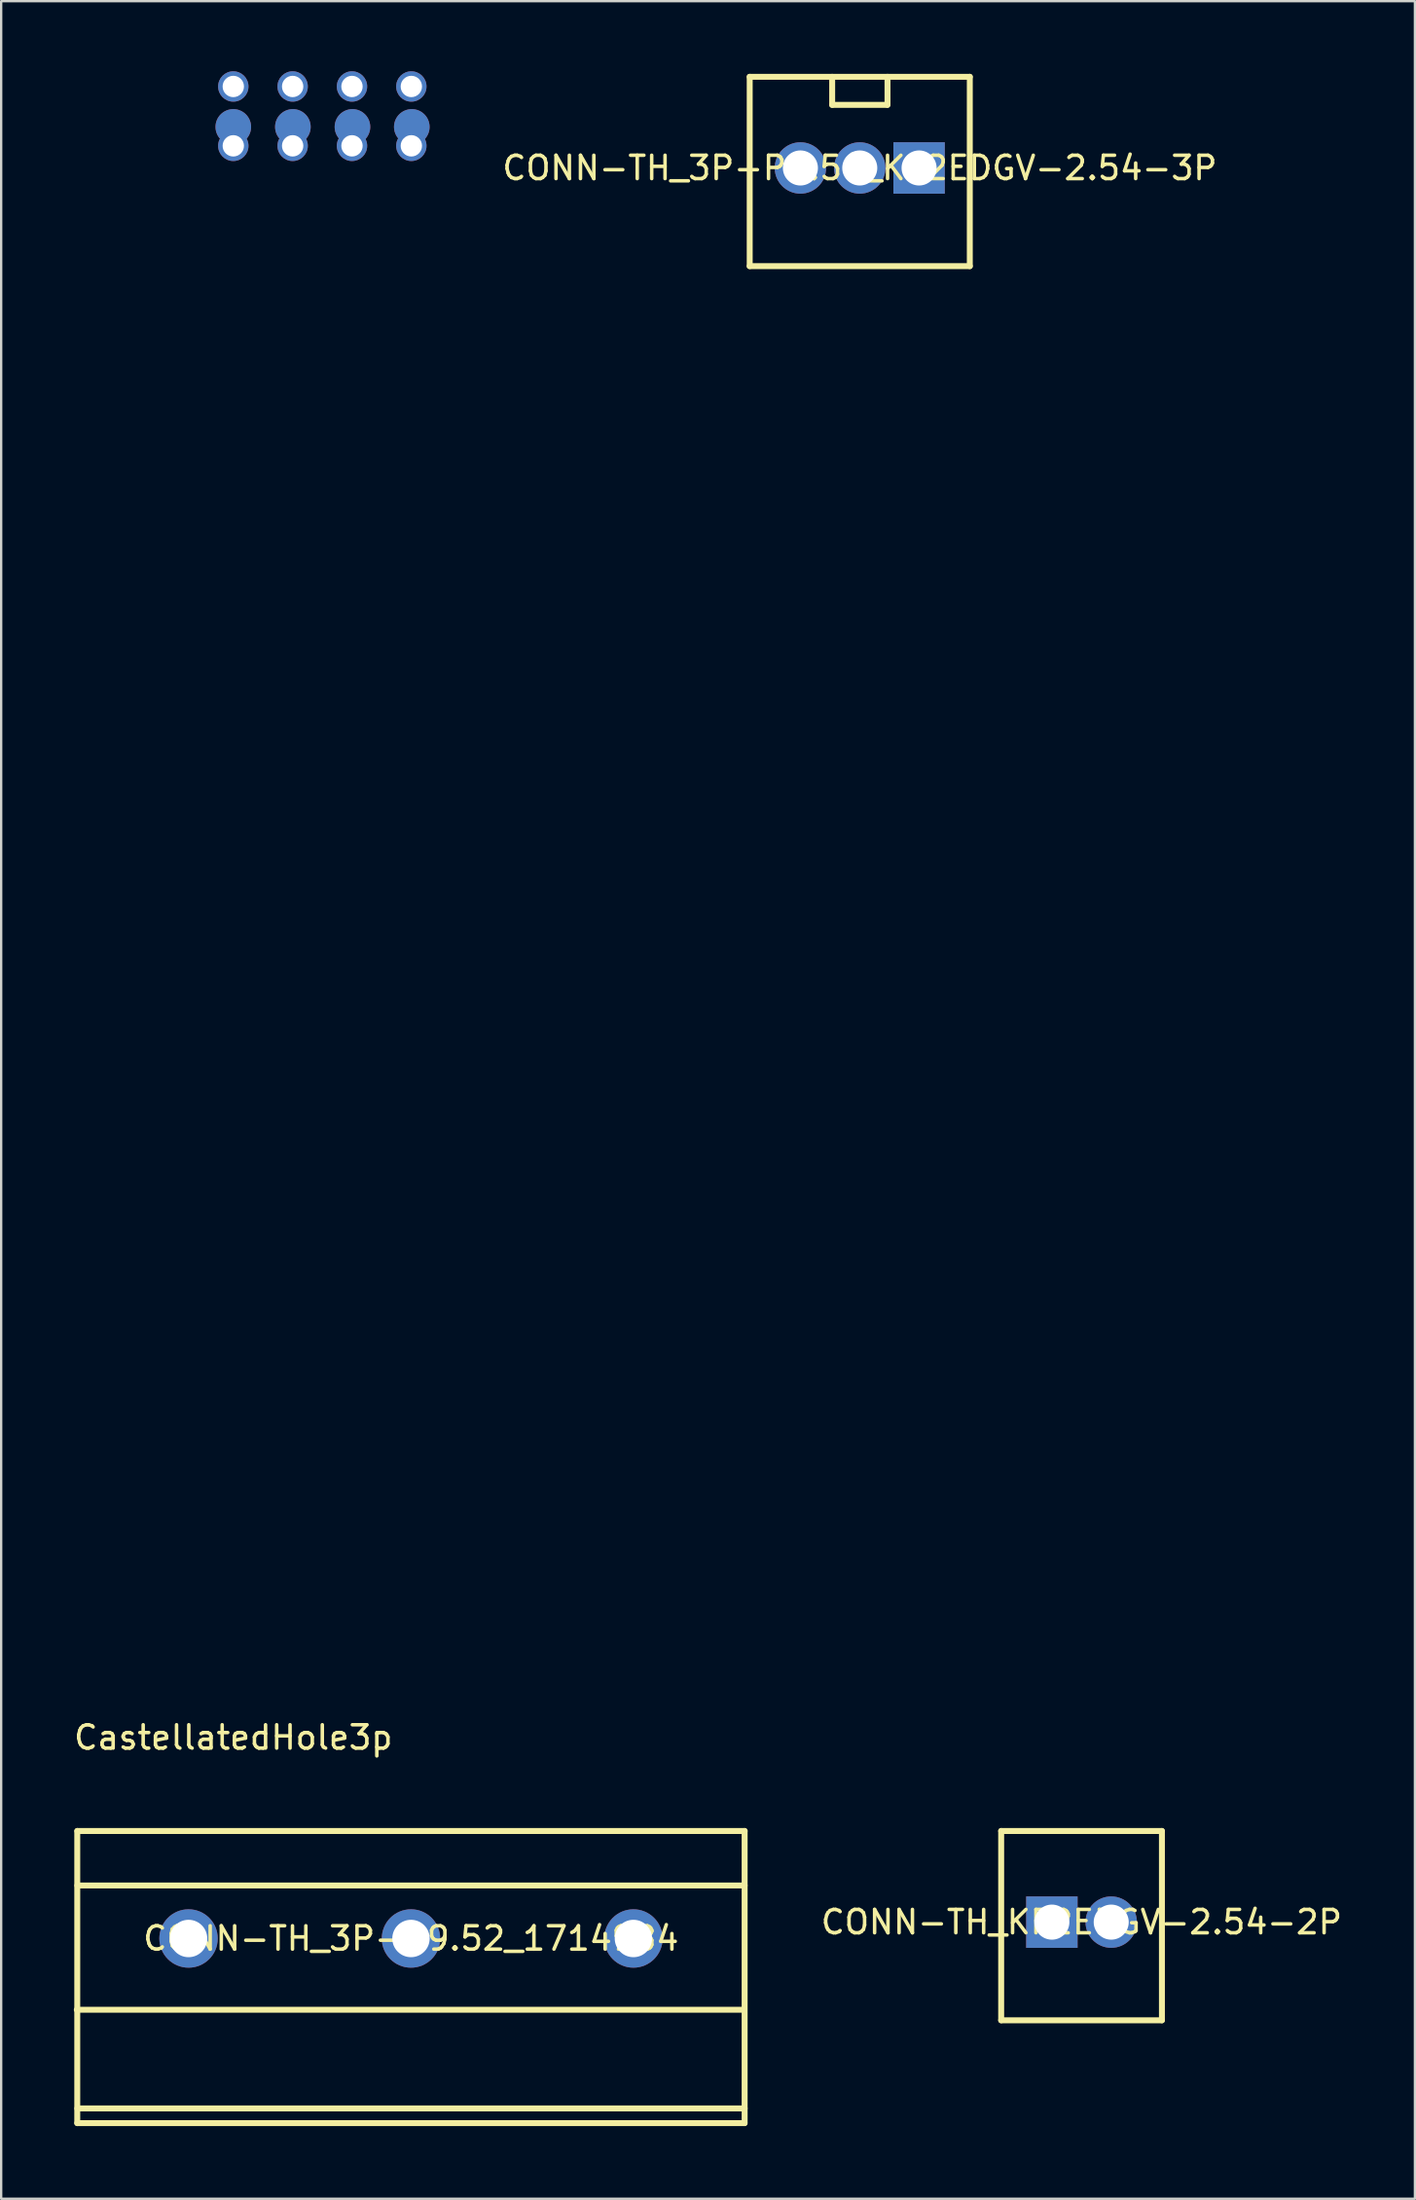
<source format=kicad_pcb>
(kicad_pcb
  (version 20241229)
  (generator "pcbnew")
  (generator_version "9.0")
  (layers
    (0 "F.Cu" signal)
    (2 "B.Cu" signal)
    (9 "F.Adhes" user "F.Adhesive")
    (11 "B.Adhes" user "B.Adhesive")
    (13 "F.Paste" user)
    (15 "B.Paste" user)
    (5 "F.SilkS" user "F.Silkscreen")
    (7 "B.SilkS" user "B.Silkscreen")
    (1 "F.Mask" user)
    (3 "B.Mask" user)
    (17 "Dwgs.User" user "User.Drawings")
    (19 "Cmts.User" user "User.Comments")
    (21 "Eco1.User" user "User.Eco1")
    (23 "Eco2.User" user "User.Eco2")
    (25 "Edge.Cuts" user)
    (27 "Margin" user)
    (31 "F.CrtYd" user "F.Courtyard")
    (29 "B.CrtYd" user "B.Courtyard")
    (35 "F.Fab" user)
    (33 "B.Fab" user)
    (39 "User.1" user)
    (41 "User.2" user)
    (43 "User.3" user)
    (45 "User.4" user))
  (footprint "CONN-TH_3P-P9.52_1714984"
    (layer "F.Cu")
    (at 14.54 79.895)
    (property "Reference" "CONN-TH_3P-P9.52_1714984" (at 0 0 0) (unlocked yes) (layer "F.SilkS") (effects (font (size 1 1) (thickness 0.15))))
    (fp_line (start -14.303 3.049) (end 14.257 3.049) (stroke (width 0.254) (type default)) (layer "F.SilkS"))
    (fp_line (start -14.283 7.9) (end -14.283 -4.6) (stroke (width 0.254) (type default)) (layer "F.SilkS"))
    (fp_line (start -14.283 7.9) (end 14.277 7.9) (stroke (width 0.254) (type default)) (layer "F.SilkS"))
    (fp_line (start -14.28 -2.268) (end 14.28 -2.268) (stroke (width 0.254) (type default)) (layer "F.SilkS"))
    (fp_line (start -14.28 7.272) (end 14.28 7.272) (stroke (width 0.254) (type default)) (layer "F.SilkS"))
    (fp_line (start 14.28 -4.6) (end -14.28 -4.6) (stroke (width 0.254) (type default)) (layer "F.SilkS"))
    (fp_line (start 14.28 -4.6) (end 14.28 7.9) (stroke (width 0.254) (type default)) (layer "F.SilkS"))
    (fp_poly (pts (xy -8.82 0) (xy -8.84 -0.168) (xy -8.9 -0.325) (xy -8.996 -0.464) (xy -9.122 -0.576) (xy -9.272 -0.655) (xy -9.436 -0.695) (xy -9.604 -0.695) (xy -9.768 -0.655) (xy -9.918 -0.576) (xy -10.044 -0.464) (xy -10.14 -0.325) (xy -10.2 -0.168) (xy -10.22 0) (xy -10.2 0.168) (xy -10.14 0.325) (xy -10.044 0.464) (xy -9.918 0.576) (xy -9.768 0.655) (xy -9.604 0.695) (xy -9.436 0.695) (xy -9.272 0.655) (xy -9.122 0.576) (xy -8.996 0.464) (xy -8.9 0.325) (xy -8.84 0.168)) (stroke (width 0.1) (type default)) (fill no) (layer "User.1"))
    (fp_poly (pts (xy 0.7 0) (xy 0.68 -0.168) (xy 0.62 -0.325) (xy 0.524 -0.464) (xy 0.398 -0.576) (xy 0.248 -0.655) (xy 0.084 -0.695) (xy -0.084 -0.695) (xy -0.248 -0.655) (xy -0.398 -0.576) (xy -0.524 -0.464) (xy -0.62 -0.325) (xy -0.68 -0.168) (xy -0.7 0) (xy -0.68 0.168) (xy -0.62 0.325) (xy -0.524 0.464) (xy -0.398 0.576) (xy -0.248 0.655) (xy -0.084 0.695) (xy 0.084 0.695) (xy 0.248 0.655) (xy 0.398 0.576) (xy 0.524 0.464) (xy 0.62 0.325) (xy 0.68 0.168)) (stroke (width 0.1) (type default)) (fill no) (layer "User.1"))
    (fp_poly (pts (xy 10.22 0) (xy 10.2 -0.168) (xy 10.14 -0.325) (xy 10.044 -0.464) (xy 9.918 -0.576) (xy 9.768 -0.655) (xy 9.604 -0.695) (xy 9.436 -0.695) (xy 9.272 -0.655) (xy 9.122 -0.576) (xy 8.996 -0.464) (xy 8.9 -0.325) (xy 8.84 -0.168) (xy 8.82 0) (xy 8.84 0.168) (xy 8.9 0.325) (xy 8.996 0.464) (xy 9.122 0.576) (xy 9.272 0.655) (xy 9.436 0.695) (xy 9.604 0.695) (xy 9.768 0.655) (xy 9.918 0.576) (xy 10.044 0.464) (xy 10.14 0.325) (xy 10.2 0.168)) (stroke (width 0.1) (type default)) (fill no) (layer "User.1"))
    (fp_line (start -14.43 -4.727) (end 14.407 -4.727) (stroke (width 0.051) (type default)) (layer "User.2"))
    (fp_line (start -14.43 8.027) (end -14.43 -4.727) (stroke (width 0.051) (type default)) (layer "User.2"))
    (fp_line (start 14.407 -4.727) (end 14.407 8.027) (stroke (width 0.051) (type default)) (layer "User.2"))
    (fp_line (start 14.407 8.027) (end -14.43 8.027) (stroke (width 0.051) (type default)) (layer "User.2"))
    (fp_poly (pts (xy -14.37 8.027) (xy -14.387 7.985) (xy -14.43 7.967) (xy -14.472 7.985) (xy -14.489 8.027) (xy -14.472 8.069) (xy -14.43 8.087) (xy -14.387 8.069)) (stroke (width 0.1) (type default)) (fill no) (layer "User.3"))
    (pad "1" thru_hole circle (at -9.52 0 180) (size 2.5 2.5) (drill 1.6) (layers "*.Cu" "*.Mask"))
    (pad "2" thru_hole circle (at 0 0 180) (size 2.5 2.5) (drill 1.6) (layers "*.Cu" "*.Mask"))
    (pad "3" thru_hole circle (at 9.52 0 180) (size 2.5 2.5) (drill 1.6) (layers "*.Cu" "*.Mask")))
  (footprint "CONN-TH_KF2EDGV-2.54-2P"
    (layer "F.Cu")
    (at 43.24 79.195)
    (property "Reference" "CONN-TH_KF2EDGV-2.54-2P" (at 0 0 0) (unlocked yes) (layer "F.SilkS") (effects (font (size 1 1) (thickness 0.15))))
    (fp_line (start -3.44 -3.9) (end -3.44 4.2) (stroke (width 0.254) (type default)) (layer "F.SilkS"))
    (fp_line (start 3.44 -3.9) (end -3.44 -3.9) (stroke (width 0.254) (type default)) (layer "F.SilkS"))
    (fp_line (start 3.44 -3.9) (end 3.44 4.2) (stroke (width 0.254) (type default)) (layer "F.SilkS"))
    (fp_line (start 3.44 4.2) (end -3.44 4.2) (stroke (width 0.254) (type default)) (layer "F.SilkS"))
    (fp_poly (pts (xy -0.62 0) (xy -0.639 -0.156) (xy -0.694 -0.302) (xy -0.783 -0.431) (xy -0.901 -0.535) (xy -1.04 -0.608) (xy -1.192 -0.645) (xy -1.348 -0.645) (xy -1.5 -0.608) (xy -1.639 -0.535) (xy -1.757 -0.431) (xy -1.846 -0.302) (xy -1.901 -0.156) (xy -1.92 0) (xy -1.901 0.156) (xy -1.846 0.302) (xy -1.757 0.431) (xy -1.639 0.535) (xy -1.5 0.608) (xy -1.348 0.645) (xy -1.192 0.645) (xy -1.04 0.608) (xy -0.901 0.535) (xy -0.783 0.431) (xy -0.694 0.302) (xy -0.639 0.156)) (stroke (width 0.1) (type default)) (fill no) (layer "User.1"))
    (fp_poly (pts (xy 1.92 0) (xy 1.901 -0.156) (xy 1.846 -0.302) (xy 1.757 -0.431) (xy 1.639 -0.535) (xy 1.5 -0.608) (xy 1.348 -0.645) (xy 1.192 -0.645) (xy 1.04 -0.608) (xy 0.901 -0.535) (xy 0.783 -0.431) (xy 0.694 -0.302) (xy 0.639 -0.156) (xy 0.62 0) (xy 0.639 0.156) (xy 0.694 0.302) (xy 0.783 0.431) (xy 0.901 0.535) (xy 1.04 0.608) (xy 1.192 0.645) (xy 1.348 0.645) (xy 1.5 0.608) (xy 1.639 0.535) (xy 1.757 0.431) (xy 1.846 0.302) (xy 1.901 0.156)) (stroke (width 0.1) (type default)) (fill no) (layer "User.1"))
    (fp_line (start -3.567 -4.027) (end 3.567 -4.027) (stroke (width 0.051) (type default)) (layer "User.2"))
    (fp_line (start -3.567 4.327) (end -3.567 -4.027) (stroke (width 0.051) (type default)) (layer "User.2"))
    (fp_line (start 3.567 -4.027) (end 3.567 4.327) (stroke (width 0.051) (type default)) (layer "User.2"))
    (fp_line (start 3.567 4.327) (end -3.567 4.327) (stroke (width 0.051) (type default)) (layer "User.2"))
    (fp_poly (pts (xy -3.507 4.327) (xy -3.525 4.285) (xy -3.567 4.267) (xy -3.609 4.285) (xy -3.627 4.327) (xy -3.609 4.369) (xy -3.567 4.387) (xy -3.525 4.369)) (stroke (width 0.1) (type default)) (fill no) (layer "User.3"))
    (pad "1" thru_hole rect (at -1.27 0) (size 2.2 2.2) (drill 1.5) (layers "*.Cu" "*.Mask"))
    (pad "2" thru_hole circle (at 1.27 0) (size 2.2 2.2) (drill 1.5) (layers "*.Cu" "*.Mask")))
  (footprint "CONN-TH_3P-P2.54_KF2EDGV-2.54-3P"
    (layer "F.Cu")
    (at 33.747 4.137)
    (property "Reference" "CONN-TH_3P-P2.54_KF2EDGV-2.54-3P" (at 0 0 0) (unlocked yes) (layer "F.SilkS") (effects (font (size 1 1) (thickness 0.15))))
    (fp_line (start -4.71 4.2) (end -4.71 -3.9) (stroke (width 0.254) (type default)) (layer "F.SilkS"))
    (fp_line (start -1.18 -2.7) (end -1.18 -3.9) (stroke (width 0.254) (type default)) (layer "F.SilkS"))
    (fp_line (start 1.18 -2.7) (end -1.18 -2.7) (stroke (width 0.254) (type default)) (layer "F.SilkS"))
    (fp_line (start 1.188 -3.9) (end 1.188 -2.7) (stroke (width 0.254) (type default)) (layer "F.SilkS"))
    (fp_line (start 4.71 -3.9) (end -4.71 -3.9) (stroke (width 0.254) (type default)) (layer "F.SilkS"))
    (fp_line (start 4.71 -3.9) (end 4.71 4.2) (stroke (width 0.254) (type default)) (layer "F.SilkS"))
    (fp_line (start 4.71 4.2) (end -4.71 4.2) (stroke (width 0.254) (type default)) (layer "F.SilkS"))
    (fp_poly (pts (xy -1.89 0) (xy -1.909 -0.156) (xy -1.964 -0.302) (xy -2.053 -0.431) (xy -2.171 -0.535) (xy -2.31 -0.608) (xy -2.462 -0.645) (xy -2.618 -0.645) (xy -2.77 -0.608) (xy -2.909 -0.535) (xy -3.027 -0.431) (xy -3.116 -0.302) (xy -3.171 -0.156) (xy -3.19 0) (xy -3.171 0.156) (xy -3.116 0.302) (xy -3.027 0.431) (xy -2.909 0.535) (xy -2.77 0.608) (xy -2.618 0.645) (xy -2.462 0.645) (xy -2.31 0.608) (xy -2.171 0.535) (xy -2.053 0.431) (xy -1.964 0.302) (xy -1.909 0.156)) (stroke (width 0.1) (type default)) (fill no) (layer "User.1"))
    (fp_poly (pts (xy 0.65 0) (xy 0.631 -0.156) (xy 0.576 -0.302) (xy 0.487 -0.431) (xy 0.369 -0.535) (xy 0.23 -0.608) (xy 0.078 -0.645) (xy -0.078 -0.645) (xy -0.23 -0.608) (xy -0.369 -0.535) (xy -0.487 -0.431) (xy -0.576 -0.302) (xy -0.631 -0.156) (xy -0.65 0) (xy -0.631 0.156) (xy -0.576 0.302) (xy -0.487 0.431) (xy -0.369 0.535) (xy -0.23 0.608) (xy -0.078 0.645) (xy 0.078 0.645) (xy 0.23 0.608) (xy 0.369 0.535) (xy 0.487 0.431) (xy 0.576 0.302) (xy 0.631 0.156)) (stroke (width 0.1) (type default)) (fill no) (layer "User.1"))
    (fp_poly (pts (xy 3.19 0) (xy 3.171 -0.156) (xy 3.116 -0.302) (xy 3.027 -0.431) (xy 2.909 -0.535) (xy 2.77 -0.608) (xy 2.618 -0.645) (xy 2.462 -0.645) (xy 2.31 -0.608) (xy 2.171 -0.535) (xy 2.053 -0.431) (xy 1.964 -0.302) (xy 1.909 -0.156) (xy 1.89 0) (xy 1.909 0.156) (xy 1.964 0.302) (xy 2.053 0.431) (xy 2.171 0.535) (xy 2.31 0.608) (xy 2.462 0.645) (xy 2.618 0.645) (xy 2.77 0.608) (xy 2.909 0.535) (xy 3.027 0.431) (xy 3.116 0.302) (xy 3.171 0.156)) (stroke (width 0.1) (type default)) (fill no) (layer "User.1"))
    (fp_line (start -4.837 -4.027) (end 4.837 -4.027) (stroke (width 0.051) (type default)) (layer "User.2"))
    (fp_line (start -4.837 4.327) (end -4.837 -4.027) (stroke (width 0.051) (type default)) (layer "User.2"))
    (fp_line (start 4.837 -4.027) (end 4.837 4.327) (stroke (width 0.051) (type default)) (layer "User.2"))
    (fp_line (start 4.837 4.327) (end -4.837 4.327) (stroke (width 0.051) (type default)) (layer "User.2"))
    (fp_poly (pts (xy 4.897 -4.027) (xy 4.879 -4.069) (xy 4.837 -4.087) (xy 4.795 -4.069) (xy 4.777 -4.027) (xy 4.795 -3.985) (xy 4.837 -3.967) (xy 4.879 -3.985)) (stroke (width 0.1) (type default)) (fill no) (layer "User.3"))
    (pad "1" thru_hole rect (at 2.54 0 180) (size 2.2 2.2) (drill 1.5) (layers "*.Cu" "*.Mask"))
    (pad "2" thru_hole circle (at 0 0 180) (size 2.2 2.2) (drill 1.5) (layers "*.Cu" "*.Mask"))
    (pad "3" thru_hole circle (at -2.54 0 180) (size 2.2 2.2) (drill 1.5) (layers "*.Cu" "*.Mask")))
  (footprint "CastellatedHole3p"
    (layer "F.Cu")
    (at 6.935 71.294)
    (property "Reference" "CastellatedHole3p" (at 0 0 0) (unlocked yes) (layer "F.SilkS") (effects (font (size 1 1) (thickness 0.15))))
    (pad "1" thru_hole circle (at 0 -70.644 90) (size 1.3 1.3) (drill 0.914) (layers "*.Cu" "*.Mask"))
    (pad "1" smd circle (at 0 -68.914) (size 1.524 1.524) (layers "F.Cu" "F.Mask" "F.Paste"))
    (pad "1" smd circle (at 0 -68.914) (size 1.524 1.524) (layers "B.Cu" "B.Mask" "B.Paste"))
    (pad "1" thru_hole circle (at 0 -68.104) (size 1.3 1.3) (drill 0.914) (layers "*.Cu" "*.Mask"))
    (pad "2" thru_hole circle (at 2.54 -70.644) (size 1.3 1.3) (drill 0.914) (layers "*.Cu" "*.Mask"))
    (pad "2" thru_hole circle (at 2.54 -68.104) (size 1.3 1.3) (drill 0.914) (layers "*.Cu" "*.Mask"))
    (pad "2" smd circle (at 2.55 -68.914) (size 1.524 1.524) (layers "F.Cu" "F.Mask" "F.Paste"))
    (pad "2" smd circle (at 2.55 -68.914) (size 1.524 1.524) (layers "B.Cu" "B.Mask" "B.Paste"))
    (pad "3" thru_hole circle (at 5.08 -70.644) (size 1.3 1.3) (drill 0.914) (layers "*.Cu" "*.Mask"))
    (pad "3" thru_hole circle (at 5.08 -68.104) (size 1.3 1.3) (drill 0.914) (layers "*.Cu" "*.Mask"))
    (pad "3" smd circle (at 5.1 -68.914) (size 1.524 1.524) (layers "F.Cu" "F.Mask" "F.Paste"))
    (pad "3" smd circle (at 5.1 -68.914) (size 1.524 1.524) (layers "B.Cu" "B.Mask" "B.Paste"))
    (pad "4" thru_hole circle (at 7.62 -70.644) (size 1.3 1.3) (drill 0.914) (layers "*.Cu" "*.Mask"))
    (pad "4" thru_hole circle (at 7.62 -68.104) (size 1.3 1.3) (drill 0.914) (layers "*.Cu" "*.Mask"))
    (pad "4" smd circle (at 7.64 -68.914) (size 1.524 1.524) (layers "F.Cu" "F.Mask" "F.Paste"))
    (pad "4" smd circle (at 7.64 -68.914) (size 1.524 1.524) (layers "B.Cu" "B.Mask" "B.Paste")))
  (gr_rect
    (start -3 -3)
    (end 57.508 91.032)
    (stroke (width 0.1) (type default))
    (fill no)
    (layer "Edge.Cuts")))
</source>
